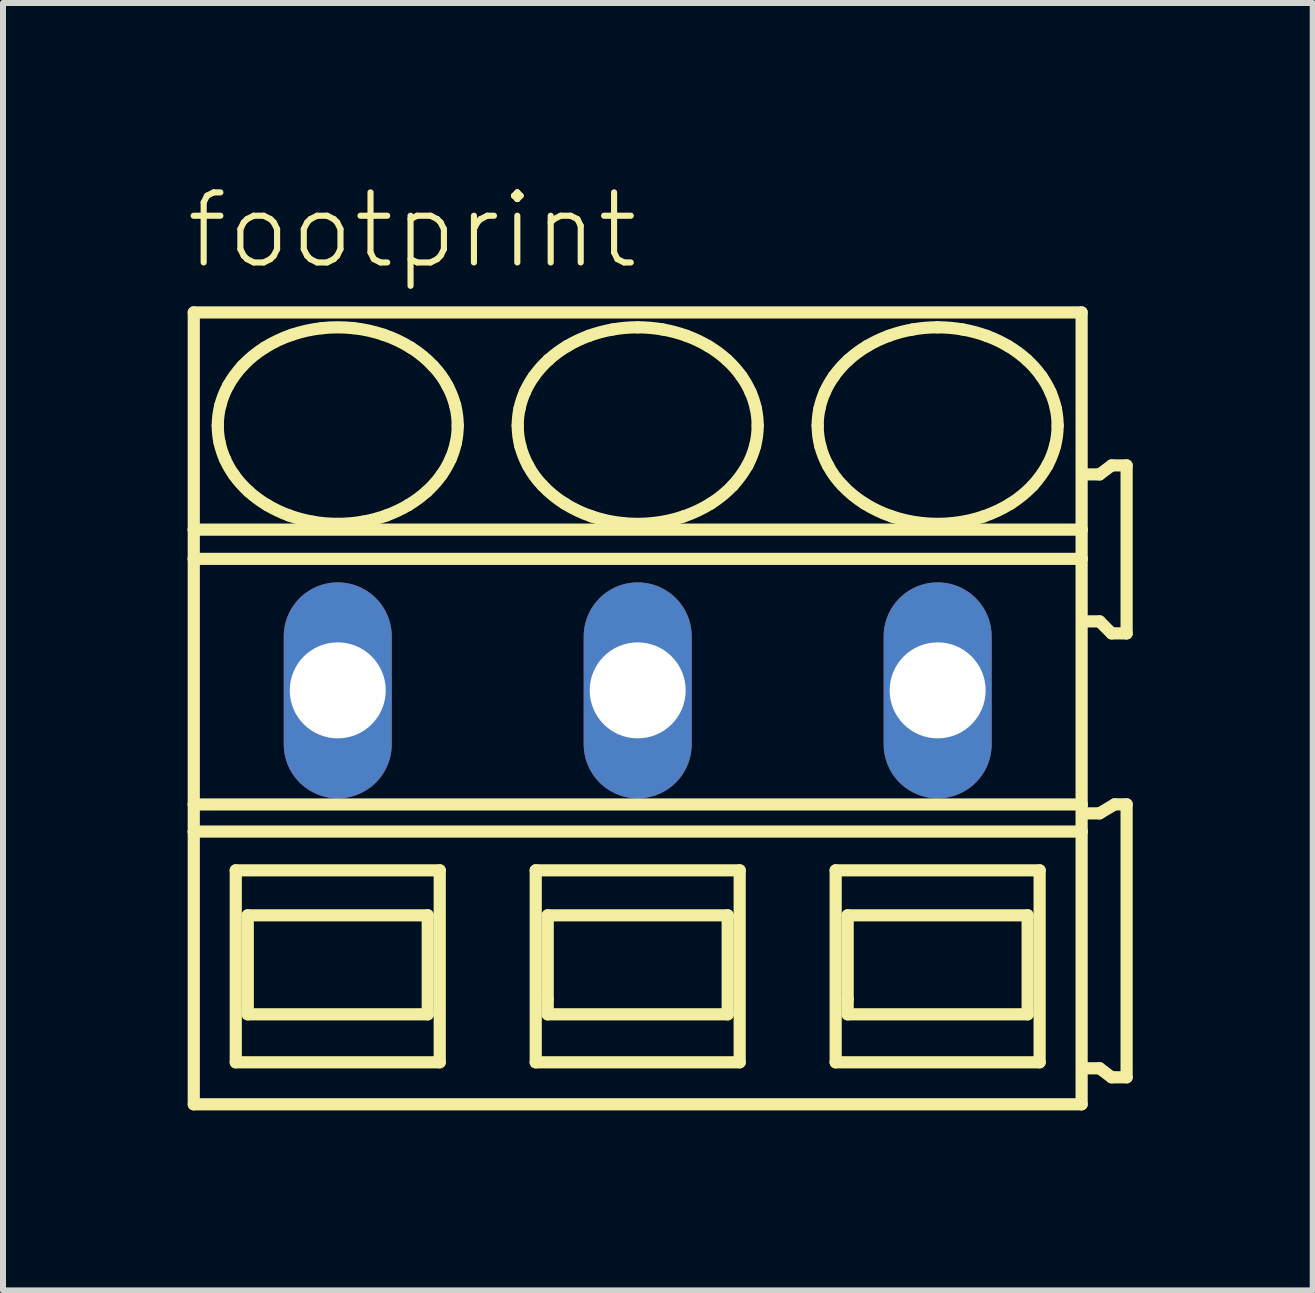
<source format=kicad_pcb>
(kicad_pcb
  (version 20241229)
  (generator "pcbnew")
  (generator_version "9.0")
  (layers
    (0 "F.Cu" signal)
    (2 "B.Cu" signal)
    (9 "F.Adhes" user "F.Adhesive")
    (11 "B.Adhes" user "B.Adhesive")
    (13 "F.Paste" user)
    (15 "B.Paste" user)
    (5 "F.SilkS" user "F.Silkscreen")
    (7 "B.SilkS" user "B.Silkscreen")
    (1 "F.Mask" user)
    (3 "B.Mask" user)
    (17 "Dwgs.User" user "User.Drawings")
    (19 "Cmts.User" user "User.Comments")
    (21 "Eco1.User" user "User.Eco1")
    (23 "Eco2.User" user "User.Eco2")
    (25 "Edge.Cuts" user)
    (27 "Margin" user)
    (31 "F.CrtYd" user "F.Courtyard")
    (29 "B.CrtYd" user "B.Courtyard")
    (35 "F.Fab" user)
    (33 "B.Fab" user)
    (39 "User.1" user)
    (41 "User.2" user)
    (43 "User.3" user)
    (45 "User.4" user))
  (footprint "footprint"
    (layer "F.Cu")
    (at 5.08 8.458)
    (property "Reference" "footprint" (at -5.08 -6.985 0) (layer "F.SilkS") (effects (font (size 1.168 1.168) (thickness 0.102)) (justify left bottom)))
    (fp_line (start -4.9 -6.3) (end -4.9 -2.679) (stroke (width 0.203) (type solid)) (layer "F.SilkS"))
    (fp_line (start -4.9 -2.679) (end -4.9 -2.192) (stroke (width 0.203) (type solid)) (layer "F.SilkS"))
    (fp_line (start -4.9 -2.192) (end -4.9 1.902) (stroke (width 0.203) (type solid)) (layer "F.SilkS"))
    (fp_line (start -4.9 1.902) (end -4.9 2.354) (stroke (width 0.203) (type solid)) (layer "F.SilkS"))
    (fp_line (start -4.9 2.354) (end -4.9 6.9) (stroke (width 0.203) (type solid)) (layer "F.SilkS"))
    (fp_line (start -4.9 6.9) (end 9.9 6.9) (stroke (width 0.203) (type solid)) (layer "F.SilkS"))
    (fp_line (start -4.2 3) (end -4.2 6.2) (stroke (width 0.203) (type solid)) (layer "F.SilkS"))
    (fp_line (start -4.2 6.2) (end -0.8 6.2) (stroke (width 0.203) (type solid)) (layer "F.SilkS"))
    (fp_line (start -4 3.75) (end -4 5.4) (stroke (width 0.203) (type solid)) (layer "F.SilkS"))
    (fp_line (start -4 5.4) (end -1 5.4) (stroke (width 0.203) (type solid)) (layer "F.SilkS"))
    (fp_line (start -1 3.75) (end -4 3.75) (stroke (width 0.203) (type solid)) (layer "F.SilkS"))
    (fp_line (start -1 5.4) (end -1 3.75) (stroke (width 0.203) (type solid)) (layer "F.SilkS"))
    (fp_line (start -0.8 3) (end -4.2 3) (stroke (width 0.203) (type solid)) (layer "F.SilkS"))
    (fp_line (start -0.8 6.2) (end -0.8 3) (stroke (width 0.203) (type solid)) (layer "F.SilkS"))
    (fp_line (start 0.8 3) (end 0.8 6.2) (stroke (width 0.203) (type solid)) (layer "F.SilkS"))
    (fp_line (start 0.8 6.2) (end 4.2 6.2) (stroke (width 0.203) (type solid)) (layer "F.SilkS"))
    (fp_line (start 1 3.75) (end 1 5.15) (stroke (width 0.203) (type solid)) (layer "F.SilkS"))
    (fp_line (start 1 5.15) (end 1 5.4) (stroke (width 0.203) (type solid)) (layer "F.SilkS"))
    (fp_line (start 1 5.4) (end 4 5.4) (stroke (width 0.203) (type solid)) (layer "F.SilkS"))
    (fp_line (start 4 3.75) (end 1 3.75) (stroke (width 0.203) (type solid)) (layer "F.SilkS"))
    (fp_line (start 4 5.4) (end 4 3.75) (stroke (width 0.203) (type solid)) (layer "F.SilkS"))
    (fp_line (start 4.2 3) (end 0.8 3) (stroke (width 0.203) (type solid)) (layer "F.SilkS"))
    (fp_line (start 4.2 6.2) (end 4.2 3) (stroke (width 0.203) (type solid)) (layer "F.SilkS"))
    (fp_line (start 5.8 3) (end 5.8 6.2) (stroke (width 0.203) (type solid)) (layer "F.SilkS"))
    (fp_line (start 5.8 6.2) (end 9.2 6.2) (stroke (width 0.203) (type solid)) (layer "F.SilkS"))
    (fp_line (start 6 3.75) (end 6 5.15) (stroke (width 0.203) (type solid)) (layer "F.SilkS"))
    (fp_line (start 6 5.15) (end 6 5.4) (stroke (width 0.203) (type solid)) (layer "F.SilkS"))
    (fp_line (start 6 5.4) (end 9 5.4) (stroke (width 0.203) (type solid)) (layer "F.SilkS"))
    (fp_line (start 9 3.75) (end 6 3.75) (stroke (width 0.203) (type solid)) (layer "F.SilkS"))
    (fp_line (start 9 5.4) (end 9 3.75) (stroke (width 0.203) (type solid)) (layer "F.SilkS"))
    (fp_line (start 9.2 3) (end 5.8 3) (stroke (width 0.203) (type solid)) (layer "F.SilkS"))
    (fp_line (start 9.2 6.2) (end 9.2 3) (stroke (width 0.203) (type solid)) (layer "F.SilkS"))
    (fp_line (start 9.9 -6.3) (end -4.9 -6.3) (stroke (width 0.203) (type solid)) (layer "F.SilkS"))
    (fp_line (start 9.9 -2.679) (end -4.9 -2.679) (stroke (width 0.203) (type solid)) (layer "F.SilkS"))
    (fp_line (start 9.9 -2.679) (end 9.9 -6.3) (stroke (width 0.203) (type solid)) (layer "F.SilkS"))
    (fp_line (start 9.9 -2.192) (end -4.9 -2.192) (stroke (width 0.203) (type solid)) (layer "F.SilkS"))
    (fp_line (start 9.9 -2.192) (end 9.9 -2.679) (stroke (width 0.203) (type solid)) (layer "F.SilkS"))
    (fp_line (start 9.9 1.902) (end -4.9 1.902) (stroke (width 0.203) (type solid)) (layer "F.SilkS"))
    (fp_line (start 9.9 1.902) (end 9.9 -2.192) (stroke (width 0.203) (type solid)) (layer "F.SilkS"))
    (fp_line (start 9.9 2.354) (end -4.9 2.354) (stroke (width 0.203) (type solid)) (layer "F.SilkS"))
    (fp_line (start 9.9 2.354) (end 9.9 1.902) (stroke (width 0.203) (type solid)) (layer "F.SilkS"))
    (fp_line (start 9.9 6.9) (end 9.9 2.354) (stroke (width 0.203) (type solid)) (layer "F.SilkS"))
    (fp_line (start 10 -1.15) (end 10.2 -1.15) (stroke (width 0.203) (type solid)) (layer "F.SilkS"))
    (fp_line (start 10 6.3) (end 10.2 6.3) (stroke (width 0.203) (type solid)) (layer "F.SilkS"))
    (fp_line (start 10.2 -3.6) (end 10 -3.6) (stroke (width 0.203) (type solid)) (layer "F.SilkS"))
    (fp_line (start 10.2 -1.15) (end 10.4 -0.95) (stroke (width 0.203) (type solid)) (layer "F.SilkS"))
    (fp_line (start 10.2 2.05) (end 10 2.05) (stroke (width 0.203) (type solid)) (layer "F.SilkS"))
    (fp_line (start 10.2 6.3) (end 10.4 6.45) (stroke (width 0.203) (type solid)) (layer "F.SilkS"))
    (fp_line (start 10.4 -3.75) (end 10.2 -3.6) (stroke (width 0.203) (type solid)) (layer "F.SilkS"))
    (fp_line (start 10.4 -0.95) (end 10.65 -0.95) (stroke (width 0.203) (type solid)) (layer "F.SilkS"))
    (fp_line (start 10.4 6.45) (end 10.65 6.45) (stroke (width 0.203) (type solid)) (layer "F.SilkS"))
    (fp_line (start 10.45 1.9) (end 10.2 2.05) (stroke (width 0.203) (type solid)) (layer "F.SilkS"))
    (fp_line (start 10.65 -3.75) (end 10.4 -3.75) (stroke (width 0.203) (type solid)) (layer "F.SilkS"))
    (fp_line (start 10.65 -0.95) (end 10.65 -3.75) (stroke (width 0.203) (type solid)) (layer "F.SilkS"))
    (fp_line (start 10.65 1.9) (end 10.45 1.9) (stroke (width 0.203) (type solid)) (layer "F.SilkS"))
    (fp_line (start 10.65 6.45) (end 10.65 1.9) (stroke (width 0.203) (type solid)) (layer "F.SilkS"))
    (fp_arc (start -4.5 -4.4136) (mid -4.488905 -4.585389) (end -4.4562 -4.7544) (stroke (width 0.2032) (type solid)) (layer "F.SilkS"))
    (fp_arc (start -4.4695 -4.1287) (mid -4.492308 -4.270341) (end -4.5 -4.4136) (stroke (width 0.2032) (type solid)) (layer "F.SilkS"))
    (fp_arc (start -4.4562 -4.7544) (mid -4.401558 -4.920839) (end -4.3273 -5.0795) (stroke (width 0.2032) (type solid)) (layer "F.SilkS"))
    (fp_arc (start -4.3795 -3.8536) (mid -4.431599 -3.988827) (end -4.4695 -4.1287) (stroke (width 0.2032) (type solid)) (layer "F.SilkS"))
    (fp_arc (start -4.3274 -5.0795) (mid -4.216217 -5.252167) (end -4.0864 -5.4113) (stroke (width 0.2032) (type solid)) (layer "F.SilkS"))
    (fp_arc (start -4.232 -3.5945) (mid -4.312155 -3.720404) (end -4.3795 -3.8536) (stroke (width 0.2032) (type solid)) (layer "F.SilkS"))
    (fp_arc (start -4.0864 -5.4113) (mid -3.911717 -5.573771) (end -3.718 -5.713) (stroke (width 0.2032) (type solid)) (layer "F.SilkS"))
    (fp_arc (start -3.9861 -3.3171) (mid -4.116737 -3.448975) (end -4.2321 -3.5944) (stroke (width 0.2032) (type solid)) (layer "F.SilkS"))
    (fp_arc (start -3.718 -5.713) (mid -3.497651 -5.83326) (end -3.2649 -5.9273) (stroke (width 0.2032) (type solid)) (layer "F.SilkS"))
    (fp_arc (start -3.676 -3.0884) (mid -3.836846 -3.194891) (end -3.9861 -3.3171) (stroke (width 0.2032) (type solid)) (layer "F.SilkS"))
    (fp_arc (start -3.313 -2.9167) (mid -3.498551 -2.993985) (end -3.676 -3.0884) (stroke (width 0.2032) (type solid)) (layer "F.SilkS"))
    (fp_arc (start -3.2649 -5.9273) (mid -3.016253 -5.996227) (end -2.7616 -6.0378) (stroke (width 0.2032) (type solid)) (layer "F.SilkS"))
    (fp_arc (start -2.9161 -2.8111) (mid -3.116893 -2.855096) (end -3.313 -2.9167) (stroke (width 0.2032) (type solid)) (layer "F.SilkS"))
    (fp_arc (start -2.7616 -6.0378) (mid -2.5 -6.051841) (end -2.2384 -6.0378) (stroke (width 0.2032) (type solid)) (layer "F.SilkS"))
    (fp_arc (start -2.5 -2.7752) (mid -2.708826 -2.784159) (end -2.9161 -2.8111) (stroke (width 0.2032) (type solid)) (layer "F.SilkS"))
    (fp_arc (start -2.2384 -6.0378) (mid -1.983714 -5.996379) (end -1.7351 -5.9273) (stroke (width 0.2032) (type solid)) (layer "F.SilkS"))
    (fp_arc (start -2.0839 -2.8111) (mid -2.291182 -2.784277) (end -2.5 -2.7753) (stroke (width 0.2032) (type solid)) (layer "F.SilkS"))
    (fp_arc (start -1.7351 -5.9273) (mid -1.502222 -5.83353) (end -1.282 -5.713) (stroke (width 0.2032) (type solid)) (layer "F.SilkS"))
    (fp_arc (start -1.687 -2.9167) (mid -1.883129 -2.855175) (end -2.0839 -2.8111) (stroke (width 0.2032) (type solid)) (layer "F.SilkS"))
    (fp_arc (start -1.324 -3.0884) (mid -1.501514 -2.994123) (end -1.687 -2.9167) (stroke (width 0.2032) (type solid)) (layer "F.SilkS"))
    (fp_arc (start -1.282 -5.713) (mid -1.088036 -5.574073) (end -0.9136 -5.4113) (stroke (width 0.2032) (type solid)) (layer "F.SilkS"))
    (fp_arc (start -1.0139 -3.3171) (mid -1.163276 -3.195057) (end -1.324 -3.0884) (stroke (width 0.2032) (type solid)) (layer "F.SilkS"))
    (fp_arc (start -0.9137 -5.4112) (mid -0.781313 -5.253987) (end -0.6727 -5.0795) (stroke (width 0.2032) (type solid)) (layer "F.SilkS"))
    (fp_arc (start -0.7679 -3.5944) (mid -0.88339 -3.449088) (end -1.0139 -3.3171) (stroke (width 0.2032) (type solid)) (layer "F.SilkS"))
    (fp_arc (start -0.6727 -5.0795) (mid -0.598286 -4.920901) (end -0.5438 -4.7544) (stroke (width 0.2032) (type solid)) (layer "F.SilkS"))
    (fp_arc (start -0.6204 -3.8536) (mid -0.687861 -3.720421) (end -0.7679 -3.5944) (stroke (width 0.2032) (type solid)) (layer "F.SilkS"))
    (fp_arc (start -0.5438 -4.7544) (mid -0.511083 -4.58539) (end -0.5 -4.4136) (stroke (width 0.2032) (type solid)) (layer "F.SilkS"))
    (fp_arc (start -0.5305 -4.1287) (mid -0.568473 -3.988851) (end -0.6205 -3.8536) (stroke (width 0.2032) (type solid)) (layer "F.SilkS"))
    (fp_arc (start -0.5001 -4.4136) (mid -0.507739 -4.270343) (end -0.5305 -4.1287) (stroke (width 0.2032) (type solid)) (layer "F.SilkS"))
    (fp_arc (start 0.5 -4.4136) (mid 0.507693 -4.556809) (end 0.5305 -4.6984) (stroke (width 0.2032) (type solid)) (layer "F.SilkS"))
    (fp_arc (start 0.5305 -4.6984) (mid 0.568467 -4.8383) (end 0.6205 -4.9736) (stroke (width 0.2032) (type solid)) (layer "F.SilkS"))
    (fp_arc (start 0.5438 -4.0727) (mid 0.511073 -4.241759) (end 0.5 -4.4136) (stroke (width 0.2032) (type solid)) (layer "F.SilkS"))
    (fp_arc (start 0.6204 -4.9736) (mid 0.687866 -5.106728) (end 0.7679 -5.2327) (stroke (width 0.2032) (type solid)) (layer "F.SilkS"))
    (fp_arc (start 0.6727 -3.7476) (mid 0.598289 -3.9062) (end 0.5438 -4.0727) (stroke (width 0.2032) (type solid)) (layer "F.SilkS"))
    (fp_arc (start 0.7679 -5.2327) (mid 0.883386 -5.378016) (end 1.0139 -5.51) (stroke (width 0.2032) (type solid)) (layer "F.SilkS"))
    (fp_arc (start 0.9136 -3.4159) (mid 0.781267 -3.57312) (end 0.6727 -3.7476) (stroke (width 0.2032) (type solid)) (layer "F.SilkS"))
    (fp_arc (start 1.0139 -5.51) (mid 1.163277 -5.632042) (end 1.324 -5.7387) (stroke (width 0.2032) (type solid)) (layer "F.SilkS"))
    (fp_arc (start 1.282 -3.1141) (mid 1.088032 -3.253077) (end 0.9136 -3.4159) (stroke (width 0.2032) (type solid)) (layer "F.SilkS"))
    (fp_arc (start 1.324 -5.7387) (mid 1.501514 -5.832977) (end 1.687 -5.9104) (stroke (width 0.2032) (type solid)) (layer "F.SilkS"))
    (fp_arc (start 1.687 -5.9104) (mid 1.883129 -5.971925) (end 2.0839 -6.016) (stroke (width 0.2032) (type solid)) (layer "F.SilkS"))
    (fp_arc (start 1.7351 -2.8998) (mid 1.502222 -2.993571) (end 1.282 -3.1141) (stroke (width 0.2032) (type solid)) (layer "F.SilkS"))
    (fp_arc (start 2.0839 -6.0161) (mid 2.291183 -6.042919) (end 2.5 -6.0519) (stroke (width 0.2032) (type solid)) (layer "F.SilkS"))
    (fp_arc (start 2.2384 -2.7893) (mid 1.983714 -2.830721) (end 1.7351 -2.8998) (stroke (width 0.2032) (type solid)) (layer "F.SilkS"))
    (fp_arc (start 2.5 -6.0519) (mid 2.708826 -6.042941) (end 2.9161 -6.016) (stroke (width 0.2032) (type solid)) (layer "F.SilkS"))
    (fp_arc (start 2.7616 -2.7893) (mid 2.5 -2.775259) (end 2.2384 -2.7893) (stroke (width 0.2032) (type solid)) (layer "F.SilkS"))
    (fp_arc (start 2.9161 -6.016) (mid 3.116893 -5.972004) (end 3.313 -5.9104) (stroke (width 0.2032) (type solid)) (layer "F.SilkS"))
    (fp_arc (start 3.2649 -2.8998) (mid 3.016253 -2.830873) (end 2.7616 -2.7893) (stroke (width 0.2032) (type solid)) (layer "F.SilkS"))
    (fp_arc (start 3.313 -5.9104) (mid 3.498552 -5.833116) (end 3.676 -5.7387) (stroke (width 0.2032) (type solid)) (layer "F.SilkS"))
    (fp_arc (start 3.676 -5.7387) (mid 3.836846 -5.632209) (end 3.9861 -5.51) (stroke (width 0.2032) (type solid)) (layer "F.SilkS"))
    (fp_arc (start 3.718 -3.1141) (mid 3.497651 -2.993839) (end 3.2649 -2.8998) (stroke (width 0.2032) (type solid)) (layer "F.SilkS"))
    (fp_arc (start 3.9861 -5.51) (mid 4.116738 -5.378126) (end 4.2321 -5.2327) (stroke (width 0.2032) (type solid)) (layer "F.SilkS"))
    (fp_arc (start 4.0864 -3.4159) (mid 3.911721 -3.253378) (end 3.718 -3.1141) (stroke (width 0.2032) (type solid)) (layer "F.SilkS"))
    (fp_arc (start 4.2321 -5.2327) (mid 4.312204 -5.106793) (end 4.3795 -4.9736) (stroke (width 0.2032) (type solid)) (layer "F.SilkS"))
    (fp_arc (start 4.3273 -3.7476) (mid 4.216161 -3.574988) (end 4.0864 -3.4159) (stroke (width 0.2032) (type solid)) (layer "F.SilkS"))
    (fp_arc (start 4.3795 -4.9736) (mid 4.431605 -4.838324) (end 4.4695 -4.6984) (stroke (width 0.2032) (type solid)) (layer "F.SilkS"))
    (fp_arc (start 4.4562 -4.0727) (mid 4.401557 -3.906262) (end 4.3273 -3.7476) (stroke (width 0.2032) (type solid)) (layer "F.SilkS"))
    (fp_arc (start 4.4695 -4.6984) (mid 4.4923 -4.556809) (end 4.5 -4.4136) (stroke (width 0.2032) (type solid)) (layer "F.SilkS"))
    (fp_arc (start 4.5 -4.4136) (mid 4.488914 -4.241761) (end 4.4562 -4.0727) (stroke (width 0.2032) (type solid)) (layer "F.SilkS"))
    (fp_arc (start 5.5 -4.4136) (mid 5.507693 -4.556809) (end 5.5305 -4.6984) (stroke (width 0.2032) (type solid)) (layer "F.SilkS"))
    (fp_arc (start 5.5305 -4.6984) (mid 5.568467 -4.8383) (end 5.6205 -4.9736) (stroke (width 0.2032) (type solid)) (layer "F.SilkS"))
    (fp_arc (start 5.5438 -4.0727) (mid 5.511073 -4.241759) (end 5.5 -4.4136) (stroke (width 0.2032) (type solid)) (layer "F.SilkS"))
    (fp_arc (start 5.6204 -4.9736) (mid 5.687866 -5.106728) (end 5.7679 -5.2327) (stroke (width 0.2032) (type solid)) (layer "F.SilkS"))
    (fp_arc (start 5.6727 -3.7476) (mid 5.598289 -3.9062) (end 5.5438 -4.0727) (stroke (width 0.2032) (type solid)) (layer "F.SilkS"))
    (fp_arc (start 5.7679 -5.2327) (mid 5.883386 -5.378016) (end 6.0139 -5.51) (stroke (width 0.2032) (type solid)) (layer "F.SilkS"))
    (fp_arc (start 5.9136 -3.4159) (mid 5.781267 -3.57312) (end 5.6727 -3.7476) (stroke (width 0.2032) (type solid)) (layer "F.SilkS"))
    (fp_arc (start 6.0139 -5.51) (mid 6.163277 -5.632042) (end 6.324 -5.7387) (stroke (width 0.2032) (type solid)) (layer "F.SilkS"))
    (fp_arc (start 6.282 -3.1141) (mid 6.088032 -3.253077) (end 5.9136 -3.4159) (stroke (width 0.2032) (type solid)) (layer "F.SilkS"))
    (fp_arc (start 6.324 -5.7387) (mid 6.501514 -5.832977) (end 6.687 -5.9104) (stroke (width 0.2032) (type solid)) (layer "F.SilkS"))
    (fp_arc (start 6.687 -5.9104) (mid 6.883129 -5.971925) (end 7.0839 -6.016) (stroke (width 0.2032) (type solid)) (layer "F.SilkS"))
    (fp_arc (start 6.7351 -2.8998) (mid 6.502222 -2.993571) (end 6.282 -3.1141) (stroke (width 0.2032) (type solid)) (layer "F.SilkS"))
    (fp_arc (start 7.0839 -6.0161) (mid 7.291183 -6.042919) (end 7.5 -6.0519) (stroke (width 0.2032) (type solid)) (layer "F.SilkS"))
    (fp_arc (start 7.2384 -2.7893) (mid 6.983714 -2.830721) (end 6.7351 -2.8998) (stroke (width 0.2032) (type solid)) (layer "F.SilkS"))
    (fp_arc (start 7.5 -6.0519) (mid 7.708826 -6.042941) (end 7.9161 -6.016) (stroke (width 0.2032) (type solid)) (layer "F.SilkS"))
    (fp_arc (start 7.7616 -2.7893) (mid 7.5 -2.775259) (end 7.2384 -2.7893) (stroke (width 0.2032) (type solid)) (layer "F.SilkS"))
    (fp_arc (start 7.9161 -6.016) (mid 8.116893 -5.972004) (end 8.313 -5.9104) (stroke (width 0.2032) (type solid)) (layer "F.SilkS"))
    (fp_arc (start 8.2649 -2.8998) (mid 8.016253 -2.830873) (end 7.7616 -2.7893) (stroke (width 0.2032) (type solid)) (layer "F.SilkS"))
    (fp_arc (start 8.313 -5.9104) (mid 8.498552 -5.833116) (end 8.676 -5.7387) (stroke (width 0.2032) (type solid)) (layer "F.SilkS"))
    (fp_arc (start 8.676 -5.7387) (mid 8.836846 -5.632209) (end 8.9861 -5.51) (stroke (width 0.2032) (type solid)) (layer "F.SilkS"))
    (fp_arc (start 8.718 -3.1141) (mid 8.497651 -2.993839) (end 8.2649 -2.8998) (stroke (width 0.2032) (type solid)) (layer "F.SilkS"))
    (fp_arc (start 8.9861 -5.51) (mid 9.116738 -5.378126) (end 9.2321 -5.2327) (stroke (width 0.2032) (type solid)) (layer "F.SilkS"))
    (fp_arc (start 9.0864 -3.4159) (mid 8.911721 -3.253378) (end 8.718 -3.1141) (stroke (width 0.2032) (type solid)) (layer "F.SilkS"))
    (fp_arc (start 9.2321 -5.2327) (mid 9.312204 -5.106793) (end 9.3795 -4.9736) (stroke (width 0.2032) (type solid)) (layer "F.SilkS"))
    (fp_arc (start 9.3273 -3.7476) (mid 9.216161 -3.574988) (end 9.0864 -3.4159) (stroke (width 0.2032) (type solid)) (layer "F.SilkS"))
    (fp_arc (start 9.3795 -4.9736) (mid 9.431605 -4.838324) (end 9.4695 -4.6984) (stroke (width 0.2032) (type solid)) (layer "F.SilkS"))
    (fp_arc (start 9.4562 -4.0727) (mid 9.401557 -3.906262) (end 9.3273 -3.7476) (stroke (width 0.2032) (type solid)) (layer "F.SilkS"))
    (fp_arc (start 9.4695 -4.6984) (mid 9.4923 -4.556809) (end 9.5 -4.4136) (stroke (width 0.2032) (type solid)) (layer "F.SilkS"))
    (fp_arc (start 9.5 -4.4136) (mid 9.488914 -4.241761) (end 9.4562 -4.0727) (stroke (width 0.2032) (type solid)) (layer "F.SilkS"))
    (pad "1" thru_hole oval (at -2.5 0 90) (size 3.6 1.8) (drill 1.6) (layers "*.Cu" "*.Mask"))
    (pad "2" thru_hole oval (at 2.5 0 90) (size 3.6 1.8) (drill 1.6) (layers "*.Cu" "*.Mask"))
    (pad "3" thru_hole oval (at 7.5 0 90) (size 3.6 1.8) (drill 1.6) (layers "*.Cu" "*.Mask")))
  (gr_rect
    (start -3 -3)
    (end 18.832 18.46)
    (stroke (width 0.1) (type default))
    (fill no)
    (layer "Edge.Cuts")))
</source>
